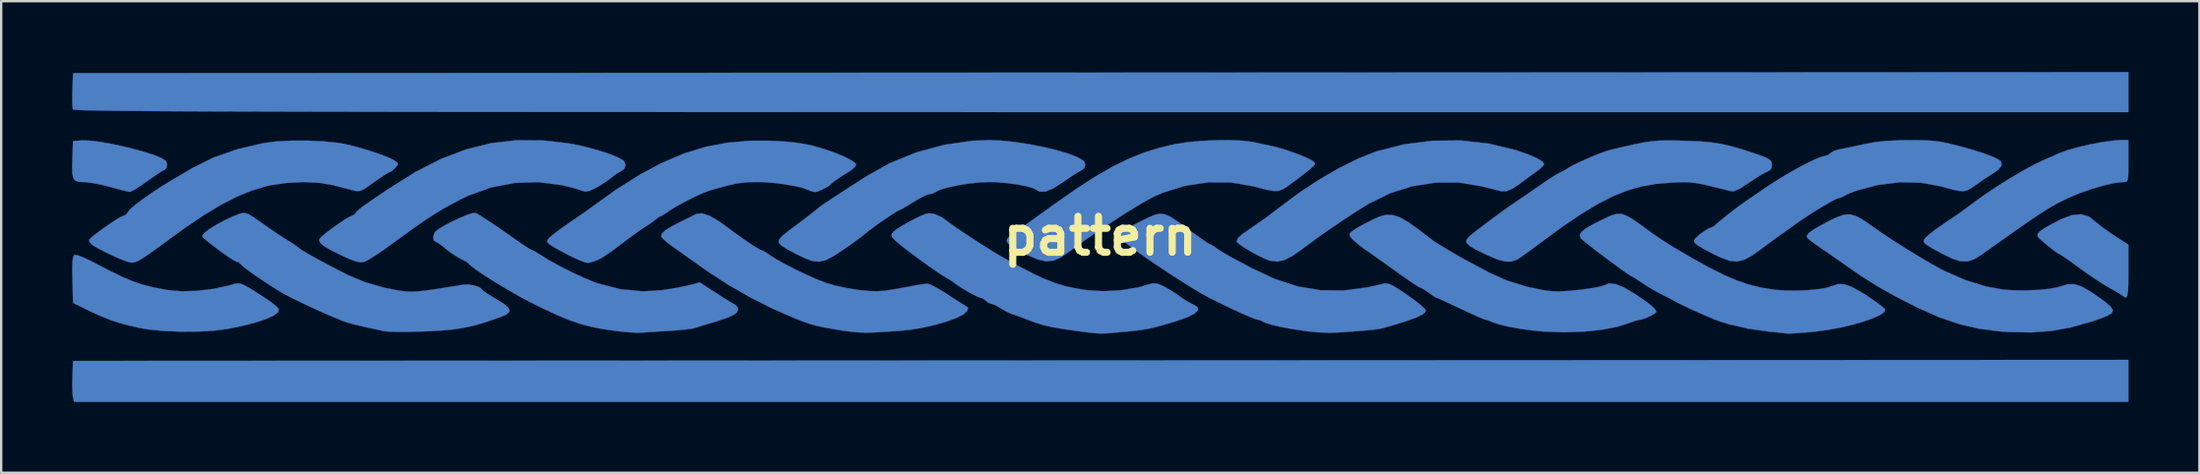
<source format=kicad_pcb>
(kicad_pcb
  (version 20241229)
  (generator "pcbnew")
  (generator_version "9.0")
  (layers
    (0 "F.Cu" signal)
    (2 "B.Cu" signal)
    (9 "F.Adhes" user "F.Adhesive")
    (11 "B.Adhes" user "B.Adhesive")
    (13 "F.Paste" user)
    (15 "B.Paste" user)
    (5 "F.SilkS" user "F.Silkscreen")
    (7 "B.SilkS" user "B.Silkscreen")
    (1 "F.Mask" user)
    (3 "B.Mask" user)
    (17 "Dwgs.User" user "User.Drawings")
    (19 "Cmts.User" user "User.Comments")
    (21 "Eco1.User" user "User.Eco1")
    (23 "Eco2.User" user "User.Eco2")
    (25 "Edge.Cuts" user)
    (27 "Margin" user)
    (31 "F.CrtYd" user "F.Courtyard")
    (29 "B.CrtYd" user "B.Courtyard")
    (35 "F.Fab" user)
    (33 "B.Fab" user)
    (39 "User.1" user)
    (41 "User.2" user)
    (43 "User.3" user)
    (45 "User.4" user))
  (footprint "pattern"
    (layer "F.Cu")
    (at 43.517 6.948)
    (property "Reference" "pattern" (at 0 0 0) (layer "F.SilkS") (effects (font (size 1.524 1.524) (thickness 0.3))))
    (attr through_hole)
    (fp_poly (pts (xy 43.519 7.027) (xy -43.431 7.027) (xy -43.479 6.837) (xy -43.498 6.663) (xy -43.507 6.376) (xy -43.504 6.033) (xy -43.501 5.969) (xy -43.476 5.292) (xy 0.021 5.27) (xy 43.519 5.249) (xy 43.519 7.027)) (stroke (width 0.01) (type solid)) (fill yes) (layer "B.Cu"))
    (fp_poly (pts (xy 41.844 -0.822) (xy 41.924 -0.765) (xy 42.405 -0.379) (xy 42.875 -0.046) (xy 43.074 0.083) (xy 43.519 0.367) (xy 43.519 1.496) (xy 43.515 1.978) (xy 43.502 2.31) (xy 43.475 2.511) (xy 43.431 2.601) (xy 43.365 2.598) (xy 43.303 2.55) (xy 43.191 2.474) (xy 42.977 2.346) (xy 42.718 2.199) (xy 42.434 2.03) (xy 42.07 1.793) (xy 41.68 1.524) (xy 41.428 1.342) (xy 41.113 1.113) (xy 40.849 0.927) (xy 40.664 0.803) (xy 40.589 0.762) (xy 40.494 0.71) (xy 40.302 0.568) (xy 40.044 0.359) (xy 39.767 0.123) (xy 39.68 0.024) (xy 39.671 -0.073) (xy 39.755 -0.183) (xy 39.946 -0.32) (xy 40.262 -0.499) (xy 40.682 -0.716) (xy 41.129 -0.885) (xy 41.523 -0.92) (xy 41.844 -0.822)) (stroke (width 0.01) (type solid)) (fill yes) (layer "B.Cu"))
    (fp_poly (pts (xy -42.793 -4.043) (xy -42.387 -3.996) (xy -41.916 -3.915) (xy -41.413 -3.81) (xy -40.909 -3.687) (xy -40.438 -3.556) (xy -40.032 -3.423) (xy -39.725 -3.297) (xy -39.55 -3.186) (xy -39.54 -3.176) (xy -39.495 -3.035) (xy -39.524 -2.88) (xy -39.608 -2.796) (xy -39.622 -2.794) (xy -39.715 -2.747) (xy -39.91 -2.621) (xy -40.172 -2.439) (xy -40.325 -2.328) (xy -40.616 -2.125) (xy -40.864 -1.968) (xy -41.033 -1.88) (xy -41.077 -1.869) (xy -41.206 -1.894) (xy -41.453 -1.955) (xy -41.773 -2.041) (xy -41.91 -2.079) (xy -42.295 -2.175) (xy -42.672 -2.247) (xy -42.974 -2.283) (xy -43.03 -2.285) (xy -43.242 -2.295) (xy -43.383 -2.343) (xy -43.467 -2.457) (xy -43.506 -2.663) (xy -43.512 -2.989) (xy -43.501 -3.345) (xy -43.476 -4.022) (xy -43.1 -4.049) (xy -42.793 -4.043)) (stroke (width 0.01) (type solid)) (fill yes) (layer "B.Cu"))
    (fp_poly (pts (xy 43.519 -5.249) (xy 0.04 -5.249) (xy -3.27 -5.249) (xy -6.415 -5.25) (xy -9.398 -5.25) (xy -12.223 -5.25) (xy -14.896 -5.251) (xy -17.418 -5.252) (xy -19.795 -5.253) (xy -22.031 -5.254) (xy -24.128 -5.255) (xy -26.092 -5.257) (xy -27.927 -5.258) (xy -29.635 -5.26) (xy -31.222 -5.263) (xy -32.69 -5.265) (xy -34.045 -5.268) (xy -35.29 -5.271) (xy -36.429 -5.274) (xy -37.466 -5.277) (xy -38.405 -5.281) (xy -39.249 -5.285) (xy -40.004 -5.29) (xy -40.672 -5.295) (xy -41.258 -5.3) (xy -41.765 -5.305) (xy -42.199 -5.311) (xy -42.562 -5.317) (xy -42.858 -5.324) (xy -43.092 -5.331) (xy -43.268 -5.338) (xy -43.389 -5.346) (xy -43.459 -5.354) (xy -43.483 -5.362) (xy -43.5 -5.495) (xy -43.507 -5.749) (xy -43.504 -6.077) (xy -43.501 -6.188) (xy -43.476 -6.9) (xy 0.021 -6.922) (xy 43.519 -6.943) (xy 43.519 -5.249)) (stroke (width 0.01) (type solid)) (fill yes) (layer "B.Cu"))
    (fp_poly (pts (xy -43.286 0.817) (xy -43.055 0.903) (xy -42.753 1.043) (xy -42.536 1.153) (xy -41.923 1.473) (xy -41.417 1.719) (xy -40.981 1.906) (xy -40.576 2.047) (xy -40.164 2.157) (xy -39.708 2.249) (xy -39.44 2.295) (xy -38.866 2.343) (xy -38.205 2.322) (xy -37.523 2.239) (xy -36.887 2.099) (xy -36.809 2.077) (xy -36.645 2.028) (xy -36.514 2.005) (xy -36.386 2.018) (xy -36.23 2.079) (xy -36.017 2.199) (xy -35.716 2.388) (xy -35.376 2.608) (xy -35.103 2.796) (xy -34.89 2.963) (xy -34.774 3.08) (xy -34.766 3.095) (xy -34.799 3.229) (xy -34.987 3.373) (xy -35.317 3.522) (xy -35.774 3.672) (xy -36.345 3.817) (xy -36.957 3.941) (xy -37.514 4.012) (xy -38.177 4.049) (xy -38.89 4.054) (xy -39.594 4.026) (xy -40.233 3.967) (xy -40.64 3.901) (xy -41.282 3.752) (xy -41.837 3.582) (xy -42.384 3.362) (xy -42.841 3.147) (xy -43.476 2.834) (xy -43.5 1.839) (xy -43.507 1.394) (xy -43.5 1.093) (xy -43.476 0.909) (xy -43.435 0.818) (xy -43.406 0.798) (xy -43.286 0.817)) (stroke (width 0.01) (type solid)) (fill yes) (layer "B.Cu"))
    (fp_poly (pts (xy 16.445 -3.915) (xy 17.581 -3.643) (xy 18.119 -3.455) (xy 18.487 -3.294) (xy 18.718 -3.154) (xy 18.796 -3.046) (xy 18.732 -2.954) (xy 18.569 -2.81) (xy 18.436 -2.71) (xy 18.17 -2.518) (xy 17.916 -2.329) (xy 17.832 -2.265) (xy 17.468 -2.013) (xy 17.183 -1.894) (xy 16.987 -1.892) (xy 16.822 -1.934) (xy 16.545 -2.003) (xy 16.211 -2.088) (xy 16.129 -2.109) (xy 15.181 -2.264) (xy 14.204 -2.263) (xy 13.227 -2.112) (xy 12.276 -1.814) (xy 11.384 -1.376) (xy 10.893 -1.073) (xy 10.325 -0.703) (xy 9.733 -0.301) (xy 9.17 0.095) (xy 8.689 0.45) (xy 8.603 0.516) (xy 8.166 0.826) (xy 7.806 1.013) (xy 7.495 1.085) (xy 7.206 1.054) (xy 7.187 1.049) (xy 6.961 0.961) (xy 6.677 0.824) (xy 6.376 0.661) (xy 6.099 0.494) (xy 5.887 0.348) (xy 5.779 0.246) (xy 5.773 0.232) (xy 5.826 0.093) (xy 6.007 -0.076) (xy 6.069 -0.119) (xy 7.055 -0.804) (xy 7.595 -1.216) (xy 8.414 -1.827) (xy 9.265 -2.389) (xy 10.113 -2.88) (xy 10.925 -3.283) (xy 11.665 -3.575) (xy 11.704 -3.588) (xy 12.859 -3.884) (xy 14.054 -4.036) (xy 15.259 -4.047) (xy 16.445 -3.915)) (stroke (width 0.01) (type solid)) (fill yes) (layer "B.Cu"))
    (fp_poly (pts (xy 43.519 -3.175) (xy 43.517 -2.779) (xy 43.509 -2.523) (xy 43.486 -2.376) (xy 43.443 -2.307) (xy 43.371 -2.287) (xy 43.314 -2.286) (xy 42.962 -2.25) (xy 42.506 -2.151) (xy 41.992 -2.003) (xy 41.467 -1.818) (xy 40.976 -1.611) (xy 40.956 -1.602) (xy 40.72 -1.488) (xy 40.498 -1.375) (xy 40.273 -1.249) (xy 40.027 -1.101) (xy 39.744 -0.919) (xy 39.405 -0.691) (xy 38.994 -0.407) (xy 38.494 -0.055) (xy 37.888 0.375) (xy 37.317 0.783) (xy 36.995 0.983) (xy 36.707 1.08) (xy 36.411 1.072) (xy 36.064 0.961) (xy 35.655 0.76) (xy 35.277 0.556) (xy 35.031 0.41) (xy 34.895 0.305) (xy 34.852 0.22) (xy 34.882 0.138) (xy 34.944 0.063) (xy 35.1 -0.079) (xy 35.37 -0.285) (xy 35.765 -0.562) (xy 36.189 -0.847) (xy 36.342 -0.954) (xy 36.586 -1.132) (xy 36.88 -1.349) (xy 37.007 -1.444) (xy 37.478 -1.78) (xy 38.013 -2.135) (xy 38.569 -2.482) (xy 39.104 -2.795) (xy 39.576 -3.049) (xy 39.836 -3.173) (xy 40.147 -3.311) (xy 40.434 -3.438) (xy 40.598 -3.512) (xy 40.942 -3.638) (xy 41.4 -3.766) (xy 41.914 -3.885) (xy 42.43 -3.981) (xy 42.892 -4.045) (xy 43.201 -4.064) (xy 43.519 -4.064) (xy 43.519 -3.175)) (stroke (width 0.01) (type solid)) (fill yes) (layer "B.Cu"))
    (fp_poly (pts (xy 32.038 -0.826) (xy 32.366 -0.633) (xy 32.665 -0.42) (xy 33.06 -0.143) (xy 33.546 0.179) (xy 34.081 0.519) (xy 34.623 0.852) (xy 35.129 1.151) (xy 35.559 1.391) (xy 35.717 1.473) (xy 36.613 1.866) (xy 37.481 2.137) (xy 38.227 2.271) (xy 38.707 2.303) (xy 39.225 2.306) (xy 39.735 2.282) (xy 40.191 2.235) (xy 40.546 2.167) (xy 40.667 2.128) (xy 40.956 2.042) (xy 41.228 2.04) (xy 41.52 2.132) (xy 41.873 2.328) (xy 42.124 2.496) (xy 42.513 2.773) (xy 42.761 2.98) (xy 42.864 3.137) (xy 42.818 3.266) (xy 42.62 3.387) (xy 42.267 3.522) (xy 41.926 3.636) (xy 41.078 3.875) (xy 40.255 4.023) (xy 39.403 4.086) (xy 38.47 4.069) (xy 38.1 4.044) (xy 37.216 3.933) (xy 36.364 3.736) (xy 35.498 3.438) (xy 34.573 3.027) (xy 34.463 2.972) (xy 33.626 2.542) (xy 32.896 2.129) (xy 32.217 1.702) (xy 31.623 1.29) (xy 31.284 1.051) (xy 30.891 0.778) (xy 30.544 0.54) (xy 30.271 0.35) (xy 30.055 0.189) (xy 29.932 0.084) (xy 29.92 0.069) (xy 29.909 -0.018) (xy 29.99 -0.124) (xy 30.179 -0.263) (xy 30.496 -0.449) (xy 30.748 -0.586) (xy 31.158 -0.79) (xy 31.479 -0.901) (xy 31.757 -0.914) (xy 32.038 -0.826)) (stroke (width 0.01) (type solid)) (fill yes) (layer "B.Cu"))
    (fp_poly (pts (xy 6.027 -4.038) (xy 6.461 -3.984) (xy 6.519 -3.972) (xy 6.855 -3.898) (xy 7.217 -3.82) (xy 7.303 -3.802) (xy 7.617 -3.721) (xy 7.99 -3.602) (xy 8.37 -3.466) (xy 8.704 -3.33) (xy 8.942 -3.213) (xy 8.986 -3.185) (xy 9.092 -3.093) (xy 9.068 -3.007) (xy 8.995 -2.932) (xy 8.863 -2.818) (xy 8.634 -2.635) (xy 8.349 -2.417) (xy 8.217 -2.318) (xy 7.948 -2.118) (xy 7.745 -1.986) (xy 7.566 -1.916) (xy 7.37 -1.903) (xy 7.118 -1.942) (xy 6.768 -2.028) (xy 6.477 -2.105) (xy 5.543 -2.266) (xy 4.577 -2.273) (xy 3.608 -2.13) (xy 2.667 -1.84) (xy 2.265 -1.664) (xy 1.946 -1.494) (xy 1.523 -1.245) (xy 1.028 -0.938) (xy 0.493 -0.594) (xy -0.05 -0.233) (xy -0.568 0.123) (xy -1.03 0.454) (xy -1.267 0.633) (xy -1.643 0.895) (xy -1.966 1.041) (xy -2.282 1.074) (xy -2.634 0.998) (xy -3.066 0.816) (xy -3.169 0.766) (xy -3.481 0.599) (xy -3.737 0.442) (xy -3.896 0.319) (xy -3.922 0.286) (xy -3.957 0.207) (xy -3.944 0.133) (xy -3.862 0.039) (xy -3.687 -0.098) (xy -3.396 -0.305) (xy -3.37 -0.323) (xy -3.206 -0.44) (xy -2.936 -0.633) (xy -2.589 -0.882) (xy -2.197 -1.165) (xy -1.947 -1.344) (xy -1.047 -1.975) (xy -0.242 -2.497) (xy 0.493 -2.923) (xy 1.183 -3.264) (xy 1.85 -3.533) (xy 2.521 -3.742) (xy 3.136 -3.887) (xy 3.653 -3.97) (xy 4.249 -4.027) (xy 4.874 -4.058) (xy 5.483 -4.062) (xy 6.027 -4.038)) (stroke (width 0.01) (type solid)) (fill yes) (layer "B.Cu"))
    (fp_poly (pts (xy -23.591 -4.05) (xy -22.523 -3.929) (xy -22.063 -3.842) (xy -21.583 -3.725) (xy -21.119 -3.591) (xy -20.706 -3.451) (xy -20.381 -3.316) (xy -20.181 -3.198) (xy -20.165 -3.183) (xy -20.087 -3.009) (xy -20.15 -2.836) (xy -20.297 -2.735) (xy -20.458 -2.646) (xy -20.663 -2.495) (xy -20.702 -2.462) (xy -20.936 -2.289) (xy -21.228 -2.104) (xy -21.352 -2.035) (xy -21.61 -1.914) (xy -21.786 -1.878) (xy -21.936 -1.916) (xy -21.944 -1.92) (xy -22.122 -1.983) (xy -22.407 -2.062) (xy -22.741 -2.143) (xy -22.775 -2.15) (xy -23.773 -2.282) (xy -24.782 -2.249) (xy -25.782 -2.057) (xy -26.754 -1.706) (xy -27.093 -1.541) (xy -27.486 -1.333) (xy -27.84 -1.134) (xy -28.183 -0.926) (xy -28.546 -0.689) (xy -28.957 -0.404) (xy -29.448 -0.052) (xy -29.965 0.325) (xy -30.333 0.589) (xy -30.672 0.818) (xy -30.948 0.992) (xy -31.131 1.091) (xy -31.161 1.102) (xy -31.309 1.117) (xy -31.503 1.079) (xy -31.776 0.976) (xy -32.142 0.81) (xy -32.571 0.596) (xy -32.856 0.427) (xy -33.013 0.292) (xy -33.059 0.178) (xy -33.036 0.11) (xy -32.934 0.006) (xy -32.736 -0.156) (xy -32.481 -0.347) (xy -32.208 -0.54) (xy -31.959 -0.705) (xy -31.771 -0.816) (xy -31.693 -0.847) (xy -31.564 -0.912) (xy -31.521 -0.967) (xy -31.485 -1.02) (xy -31.424 -1.083) (xy -31.317 -1.171) (xy -31.145 -1.297) (xy -30.889 -1.476) (xy -30.529 -1.722) (xy -30.111 -2.006) (xy -28.983 -2.712) (xy -27.898 -3.266) (xy -26.835 -3.671) (xy -25.776 -3.934) (xy -24.701 -4.058) (xy -23.591 -4.05)) (stroke (width 0.01) (type solid)) (fill yes) (layer "B.Cu"))
    (fp_poly (pts (xy -32.881 -4.01) (xy -32.266 -3.947) (xy -32.004 -3.903) (xy -31.646 -3.821) (xy -31.23 -3.706) (xy -30.802 -3.572) (xy -30.404 -3.434) (xy -30.083 -3.307) (xy -29.881 -3.205) (xy -29.88 -3.205) (xy -29.742 -3.1) (xy -29.735 -3.014) (xy -29.837 -2.889) (xy -29.978 -2.758) (xy -30.071 -2.709) (xy -30.168 -2.663) (xy -30.365 -2.538) (xy -30.626 -2.358) (xy -30.732 -2.282) (xy -31.022 -2.075) (xy -31.219 -1.954) (xy -31.366 -1.904) (xy -31.506 -1.907) (xy -31.641 -1.938) (xy -31.904 -2.006) (xy -32.242 -2.094) (xy -32.475 -2.154) (xy -33.052 -2.252) (xy -33.722 -2.283) (xy -34.424 -2.25) (xy -35.096 -2.153) (xy -35.277 -2.114) (xy -35.888 -1.933) (xy -36.517 -1.678) (xy -37.185 -1.337) (xy -37.913 -0.9) (xy -38.72 -0.356) (xy -39.272 0.042) (xy -39.772 0.41) (xy -40.156 0.689) (xy -40.444 0.888) (xy -40.657 1.021) (xy -40.814 1.097) (xy -40.936 1.127) (xy -41.043 1.122) (xy -41.155 1.094) (xy -41.19 1.084) (xy -41.432 0.995) (xy -41.748 0.857) (xy -42.085 0.697) (xy -42.393 0.537) (xy -42.621 0.404) (xy -42.691 0.354) (xy -42.788 0.23) (xy -42.792 0.157) (xy -42.689 0.053) (xy -42.488 -0.109) (xy -42.227 -0.302) (xy -41.945 -0.5) (xy -41.68 -0.675) (xy -41.472 -0.799) (xy -41.359 -0.847) (xy -41.226 -0.916) (xy -41.138 -1.037) (xy -41.031 -1.16) (xy -40.805 -1.349) (xy -40.491 -1.585) (xy -40.115 -1.846) (xy -39.706 -2.115) (xy -39.292 -2.369) (xy -39.165 -2.442) (xy -38.872 -2.613) (xy -38.548 -2.805) (xy -38.439 -2.87) (xy -37.563 -3.311) (xy -36.549 -3.669) (xy -35.421 -3.936) (xy -34.889 -4.005) (xy -34.25 -4.04) (xy -33.561 -4.042) (xy -32.881 -4.01)) (stroke (width 0.01) (type solid)) (fill yes) (layer "B.Cu"))
    (fp_poly (pts (xy 24.324 -4.045) (xy 24.68 -4.036) (xy 25.308 -4.013) (xy 25.825 -3.971) (xy 26.288 -3.901) (xy 26.755 -3.793) (xy 27.284 -3.635) (xy 27.686 -3.503) (xy 28.033 -3.38) (xy 28.25 -3.286) (xy 28.368 -3.2) (xy 28.42 -3.102) (xy 28.432 -3.037) (xy 28.415 -2.858) (xy 28.282 -2.747) (xy 28.22 -2.721) (xy 28.036 -2.627) (xy 27.77 -2.465) (xy 27.474 -2.267) (xy 27.434 -2.239) (xy 27.073 -2.006) (xy 26.82 -1.898) (xy 26.715 -1.894) (xy 26.164 -2.033) (xy 25.742 -2.136) (xy 25.417 -2.206) (xy 25.153 -2.25) (xy 24.917 -2.272) (xy 24.673 -2.277) (xy 24.389 -2.269) (xy 24.13 -2.257) (xy 23.503 -2.204) (xy 22.903 -2.098) (xy 22.311 -1.928) (xy 21.706 -1.685) (xy 21.067 -1.359) (xy 20.375 -0.942) (xy 19.608 -0.424) (xy 18.747 0.205) (xy 18.616 0.304) (xy 18.284 0.551) (xy 17.986 0.767) (xy 17.756 0.927) (xy 17.637 1.002) (xy 17.404 1.083) (xy 17.135 1.08) (xy 16.798 0.989) (xy 16.361 0.803) (xy 16.297 0.772) (xy 15.892 0.572) (xy 15.631 0.418) (xy 15.504 0.291) (xy 15.498 0.17) (xy 15.604 0.033) (xy 15.81 -0.139) (xy 15.813 -0.142) (xy 16.195 -0.434) (xy 16.62 -0.752) (xy 17.044 -1.063) (xy 17.423 -1.333) (xy 17.702 -1.524) (xy 17.92 -1.671) (xy 18.223 -1.878) (xy 18.556 -2.108) (xy 18.665 -2.184) (xy 18.966 -2.388) (xy 19.227 -2.556) (xy 19.409 -2.663) (xy 19.454 -2.684) (xy 19.631 -2.771) (xy 19.812 -2.882) (xy 20.033 -3.009) (xy 20.36 -3.167) (xy 20.739 -3.335) (xy 21.117 -3.488) (xy 21.44 -3.604) (xy 21.59 -3.648) (xy 22.181 -3.788) (xy 22.645 -3.892) (xy 23.017 -3.966) (xy 23.334 -4.013) (xy 23.634 -4.039) (xy 23.951 -4.048) (xy 24.324 -4.045)) (stroke (width 0.01) (type solid)) (fill yes) (layer "B.Cu"))
    (fp_poly (pts (xy -14.012 -4.037) (xy -13.33 -4.001) (xy -12.77 -3.942) (xy -12.286 -3.852) (xy -12.116 -3.81) (xy -11.647 -3.672) (xy -11.209 -3.518) (xy -10.831 -3.36) (xy -10.541 -3.212) (xy -10.367 -3.084) (xy -10.329 -3.015) (xy -10.398 -2.911) (xy -10.576 -2.764) (xy -10.785 -2.63) (xy -11.045 -2.471) (xy -11.252 -2.326) (xy -11.344 -2.245) (xy -11.508 -2.109) (xy -11.744 -1.975) (xy -11.973 -1.882) (xy -12.079 -1.863) (xy -12.249 -1.901) (xy -12.341 -1.942) (xy -12.589 -2.035) (xy -12.959 -2.123) (xy -13.407 -2.198) (xy -13.884 -2.255) (xy -14.346 -2.284) (xy -14.502 -2.286) (xy -14.844 -2.28) (xy -15.142 -2.258) (xy -15.443 -2.212) (xy -15.79 -2.133) (xy -16.23 -2.013) (xy -16.51 -1.932) (xy -16.798 -1.826) (xy -17.172 -1.658) (xy -17.573 -1.456) (xy -17.944 -1.251) (xy -18.229 -1.072) (xy -18.261 -1.048) (xy -18.447 -0.92) (xy -18.576 -0.851) (xy -18.593 -0.847) (xy -18.697 -0.796) (xy -18.816 -0.701) (xy -18.998 -0.56) (xy -19.232 -0.404) (xy -19.265 -0.384) (xy -19.449 -0.262) (xy -19.726 -0.066) (xy -20.056 0.177) (xy -20.338 0.39) (xy -20.72 0.676) (xy -21.011 0.874) (xy -21.25 1.005) (xy -21.474 1.09) (xy -21.675 1.142) (xy -21.803 1.118) (xy -22.038 1.029) (xy -22.34 0.892) (xy -22.488 0.818) (xy -22.811 0.647) (xy -23.088 0.492) (xy -23.275 0.378) (xy -23.316 0.348) (xy -23.41 0.246) (xy -23.381 0.15) (xy -23.318 0.076) (xy -23.189 -0.037) (xy -22.959 -0.214) (xy -22.664 -0.426) (xy -22.491 -0.547) (xy -22.168 -0.768) (xy -21.876 -0.971) (xy -21.659 -1.125) (xy -21.59 -1.175) (xy -20.508 -1.952) (xy -19.497 -2.593) (xy -18.536 -3.106) (xy -17.606 -3.5) (xy -16.686 -3.781) (xy -15.755 -3.957) (xy -14.794 -4.037) (xy -14.012 -4.037)) (stroke (width 0.01) (type solid)) (fill yes) (layer "B.Cu"))
    (fp_poly (pts (xy 2.747 -0.916) (xy 2.978 -0.81) (xy 3.269 -0.619) (xy 3.655 -0.337) (xy 3.763 -0.258) (xy 4.082 -0.025) (xy 4.35 0.165) (xy 4.54 0.293) (xy 4.621 0.339) (xy 4.717 0.383) (xy 4.89 0.494) (xy 4.935 0.526) (xy 5.193 0.696) (xy 5.451 0.847) (xy 5.456 0.85) (xy 5.65 0.953) (xy 5.94 1.108) (xy 6.274 1.287) (xy 6.392 1.351) (xy 7.392 1.821) (xy 8.36 2.136) (xy 9.32 2.297) (xy 10.299 2.309) (xy 11.321 2.174) (xy 11.883 2.046) (xy 12.031 2.013) (xy 12.161 2.014) (xy 12.306 2.062) (xy 12.502 2.171) (xy 12.783 2.354) (xy 12.983 2.491) (xy 13.299 2.716) (xy 13.557 2.918) (xy 13.728 3.072) (xy 13.783 3.147) (xy 13.75 3.241) (xy 13.61 3.345) (xy 13.348 3.466) (xy 12.954 3.607) (xy 12.414 3.775) (xy 11.98 3.9) (xy 11.832 3.933) (xy 11.618 3.964) (xy 11.314 3.996) (xy 10.9 4.03) (xy 10.354 4.07) (xy 9.906 4.099) (xy 9.599 4.101) (xy 9.2 4.079) (xy 8.782 4.038) (xy 8.678 4.025) (xy 8.12 3.94) (xy 7.638 3.851) (xy 7.256 3.764) (xy 6.999 3.683) (xy 6.905 3.632) (xy 6.751 3.561) (xy 6.703 3.556) (xy 6.565 3.519) (xy 6.301 3.414) (xy 5.934 3.253) (xy 5.488 3.046) (xy 4.987 2.804) (xy 4.618 2.62) (xy 4.306 2.449) (xy 3.891 2.201) (xy 3.409 1.9) (xy 2.893 1.568) (xy 2.381 1.227) (xy 1.905 0.901) (xy 1.501 0.612) (xy 1.355 0.502) (xy 1.129 0.329) (xy 0.927 0.174) (xy 0.906 0.158) (xy 0.809 0.059) (xy 0.797 -0.04) (xy 0.887 -0.153) (xy 1.093 -0.294) (xy 1.43 -0.479) (xy 1.727 -0.629) (xy 2.066 -0.795) (xy 2.326 -0.903) (xy 2.542 -0.945) (xy 2.747 -0.916)) (stroke (width 0.01) (type solid)) (fill yes) (layer "B.Cu"))
    (fp_poly (pts (xy -4.184 -4.041) (xy -3.607 -3.981) (xy -3.004 -3.889) (xy -2.408 -3.772) (xy -1.85 -3.638) (xy -1.361 -3.493) (xy -0.974 -3.344) (xy -0.72 -3.198) (xy -0.695 -3.178) (xy -0.629 -3.024) (xy -0.688 -2.858) (xy -0.835 -2.755) (xy -0.966 -2.687) (xy -1.192 -2.544) (xy -1.47 -2.354) (xy -1.566 -2.286) (xy -1.993 -2.014) (xy -2.326 -1.878) (xy -2.57 -1.879) (xy -2.671 -1.941) (xy -2.834 -2.026) (xy -3.127 -2.108) (xy -3.51 -2.182) (xy -3.945 -2.241) (xy -4.39 -2.277) (xy -4.706 -2.286) (xy -5.112 -2.268) (xy -5.558 -2.22) (xy -6.004 -2.15) (xy -6.411 -2.064) (xy -6.74 -1.971) (xy -6.95 -1.878) (xy -6.981 -1.854) (xy -7.129 -1.788) (xy -7.216 -1.778) (xy -7.36 -1.735) (xy -7.596 -1.62) (xy -7.876 -1.458) (xy -7.906 -1.439) (xy -8.171 -1.276) (xy -8.377 -1.156) (xy -8.486 -1.102) (xy -8.492 -1.101) (xy -8.586 -1.055) (xy -8.78 -0.934) (xy -9.036 -0.764) (xy -9.317 -0.571) (xy -9.584 -0.379) (xy -9.802 -0.216) (xy -9.906 -0.13) (xy -10.064 -0.003) (xy -10.322 0.189) (xy -10.64 0.417) (xy -10.873 0.58) (xy -11.287 0.852) (xy -11.614 1.02) (xy -11.898 1.088) (xy -12.182 1.06) (xy -12.508 0.94) (xy -12.86 0.766) (xy -13.24 0.564) (xy -13.489 0.412) (xy -13.606 0.283) (xy -13.591 0.149) (xy -13.443 -0.017) (xy -13.163 -0.24) (xy -12.857 -0.469) (xy -12.525 -0.719) (xy -12.244 -0.935) (xy -12.04 -1.095) (xy -11.942 -1.178) (xy -11.938 -1.183) (xy -11.853 -1.25) (xy -11.657 -1.387) (xy -11.381 -1.571) (xy -11.134 -1.731) (xy -10.762 -1.971) (xy -10.392 -2.21) (xy -10.078 -2.414) (xy -9.948 -2.499) (xy -8.912 -3.083) (xy -7.788 -3.541) (xy -6.611 -3.861) (xy -5.417 -4.035) (xy -4.705 -4.063) (xy -4.184 -4.041)) (stroke (width 0.01) (type solid)) (fill yes) (layer "B.Cu"))
    (fp_poly (pts (xy -16.544 -0.86) (xy -16.15 -0.633) (xy -15.917 -0.468) (xy -15.522 -0.175) (xy -15.146 0.094) (xy -14.815 0.321) (xy -14.555 0.489) (xy -14.392 0.581) (xy -14.355 0.593) (xy -14.245 0.639) (xy -14.066 0.754) (xy -14.02 0.786) (xy -13.743 0.965) (xy -13.354 1.184) (xy -12.898 1.418) (xy -12.42 1.647) (xy -11.968 1.846) (xy -11.585 1.995) (xy -11.566 2.001) (xy -11.192 2.107) (xy -10.734 2.206) (xy -10.275 2.28) (xy -10.16 2.294) (xy -9.764 2.331) (xy -9.439 2.34) (xy -9.12 2.318) (xy -8.743 2.262) (xy -8.424 2.203) (xy -8.032 2.13) (xy -7.687 2.07) (xy -7.434 2.031) (xy -7.323 2.018) (xy -7.183 2.061) (xy -6.944 2.18) (xy -6.645 2.357) (xy -6.451 2.482) (xy -6.142 2.686) (xy -5.88 2.853) (xy -5.701 2.961) (xy -5.647 2.989) (xy -5.589 3.059) (xy -5.639 3.185) (xy -5.796 3.325) (xy -6.089 3.473) (xy -6.487 3.62) (xy -6.959 3.758) (xy -7.472 3.877) (xy -7.996 3.968) (xy -8.497 4.021) (xy -8.525 4.023) (xy -8.936 4.048) (xy -9.348 4.073) (xy -9.685 4.093) (xy -9.737 4.096) (xy -10.057 4.094) (xy -10.459 4.066) (xy -10.859 4.015) (xy -10.88 4.012) (xy -11.365 3.931) (xy -11.728 3.866) (xy -12.011 3.804) (xy -12.26 3.734) (xy -12.519 3.645) (xy -12.831 3.526) (xy -12.912 3.494) (xy -13.838 3.093) (xy -14.81 2.602) (xy -15.76 2.057) (xy -16.62 1.497) (xy -16.679 1.455) (xy -17.078 1.171) (xy -17.471 0.892) (xy -17.815 0.648) (xy -18.069 0.468) (xy -18.095 0.449) (xy -18.331 0.271) (xy -18.506 0.118) (xy -18.576 0.034) (xy -18.562 -0.085) (xy -18.427 -0.226) (xy -18.156 -0.399) (xy -17.78 -0.593) (xy -17.486 -0.737) (xy -17.238 -0.86) (xy -17.089 -0.935) (xy -17.087 -0.936) (xy -16.861 -0.962) (xy -16.544 -0.86)) (stroke (width 0.01) (type solid)) (fill yes) (layer "B.Cu"))
    (fp_poly (pts (xy 22.08 -0.934) (xy 22.29 -0.857) (xy 22.547 -0.705) (xy 22.88 -0.472) (xy 23.32 -0.149) (xy 23.368 -0.114) (xy 23.647 0.079) (xy 23.991 0.304) (xy 24.282 0.484) (xy 25.091 0.959) (xy 25.788 1.344) (xy 26.397 1.648) (xy 26.944 1.882) (xy 27.452 2.056) (xy 27.947 2.18) (xy 28.451 2.264) (xy 28.575 2.28) (xy 29.009 2.311) (xy 29.488 2.315) (xy 29.969 2.294) (xy 30.41 2.251) (xy 30.767 2.19) (xy 30.992 2.115) (xy 31.226 2.034) (xy 31.486 2.044) (xy 31.799 2.152) (xy 32.193 2.366) (xy 32.435 2.519) (xy 32.748 2.731) (xy 33.006 2.918) (xy 33.175 3.057) (xy 33.225 3.114) (xy 33.186 3.223) (xy 33.005 3.349) (xy 32.706 3.485) (xy 32.314 3.624) (xy 31.854 3.757) (xy 31.35 3.877) (xy 30.828 3.975) (xy 30.312 4.045) (xy 30.183 4.058) (xy 29.786 4.092) (xy 29.455 4.118) (xy 29.223 4.133) (xy 29.126 4.136) (xy 29.125 4.136) (xy 29.028 4.124) (xy 28.802 4.1) (xy 28.488 4.069) (xy 28.321 4.053) (xy 27.439 3.93) (xy 26.608 3.739) (xy 26.181 3.604) (xy 25.951 3.515) (xy 25.636 3.382) (xy 25.281 3.226) (xy 24.932 3.067) (xy 24.632 2.926) (xy 24.427 2.823) (xy 24.384 2.797) (xy 24.238 2.716) (xy 24.003 2.596) (xy 23.834 2.513) (xy 23.519 2.346) (xy 23.166 2.137) (xy 22.957 2.001) (xy 22.72 1.843) (xy 22.543 1.732) (xy 22.469 1.693) (xy 22.384 1.645) (xy 22.194 1.514) (xy 21.927 1.323) (xy 21.614 1.093) (xy 21.283 0.845) (xy 20.962 0.602) (xy 20.68 0.384) (xy 20.467 0.214) (xy 20.351 0.112) (xy 20.342 0.102) (xy 20.294 -0.028) (xy 20.365 -0.168) (xy 20.566 -0.33) (xy 20.911 -0.525) (xy 21.115 -0.627) (xy 21.435 -0.782) (xy 21.683 -0.89) (xy 21.888 -0.943) (xy 22.08 -0.934)) (stroke (width 0.01) (type solid)) (fill yes) (layer "B.Cu"))
    (fp_poly (pts (xy -26.286 -0.895) (xy -26.001 -0.713) (xy -25.591 -0.438) (xy -25.062 -0.071) (xy -24.654 0.215) (xy -24.392 0.395) (xy -24.185 0.528) (xy -24.069 0.591) (xy -24.06 0.593) (xy -23.958 0.636) (xy -23.777 0.746) (xy -23.705 0.793) (xy -23.333 1.023) (xy -22.861 1.283) (xy -22.346 1.544) (xy -21.843 1.778) (xy -21.408 1.957) (xy -21.294 1.999) (xy -20.31 2.254) (xy -19.344 2.346) (xy -18.536 2.294) (xy -18.135 2.231) (xy -17.74 2.159) (xy -17.424 2.091) (xy -17.369 2.078) (xy -16.947 1.966) (xy -16.264 2.413) (xy -15.954 2.612) (xy -15.689 2.776) (xy -15.505 2.883) (xy -15.453 2.909) (xy -15.344 3.025) (xy -15.325 3.117) (xy -15.373 3.233) (xy -15.529 3.348) (xy -15.81 3.473) (xy -16.233 3.615) (xy -16.468 3.685) (xy -16.769 3.774) (xy -17.028 3.855) (xy -17.156 3.899) (xy -17.313 3.932) (xy -17.595 3.967) (xy -17.958 3.999) (xy -18.257 4.019) (xy -18.663 4.044) (xy -19.03 4.068) (xy -19.31 4.088) (xy -19.431 4.099) (xy -19.627 4.1) (xy -19.937 4.081) (xy -20.308 4.045) (xy -20.489 4.023) (xy -21.042 3.944) (xy -21.527 3.851) (xy -21.982 3.733) (xy -22.442 3.576) (xy -22.944 3.369) (xy -23.527 3.099) (xy -24.081 2.827) (xy -24.453 2.632) (xy -24.869 2.399) (xy -25.301 2.144) (xy -25.721 1.887) (xy -26.101 1.644) (xy -26.412 1.432) (xy -26.627 1.27) (xy -26.713 1.185) (xy -26.822 1.095) (xy -27.016 0.993) (xy -27.036 0.985) (xy -27.257 0.863) (xy -27.525 0.679) (xy -27.673 0.563) (xy -27.885 0.394) (xy -28.047 0.282) (xy -28.108 0.254) (xy -28.206 0.188) (xy -28.23 0.036) (xy -28.175 -0.134) (xy -28.139 -0.183) (xy -27.984 -0.306) (xy -27.73 -0.458) (xy -27.42 -0.62) (xy -27.094 -0.772) (xy -26.794 -0.895) (xy -26.561 -0.969) (xy -26.441 -0.979) (xy -26.286 -0.895)) (stroke (width 0.01) (type solid)) (fill yes) (layer "B.Cu"))
    (fp_poly (pts (xy 34.741 -4.058) (xy 35.143 -4.041) (xy 35.489 -4.004) (xy 35.837 -3.939) (xy 36.245 -3.841) (xy 36.349 -3.814) (xy 36.94 -3.649) (xy 37.433 -3.491) (xy 37.811 -3.345) (xy 38.053 -3.22) (xy 38.133 -3.147) (xy 38.151 -2.986) (xy 38.009 -2.806) (xy 37.781 -2.645) (xy 37.529 -2.484) (xy 37.226 -2.279) (xy 37.044 -2.151) (xy 36.852 -2.017) (xy 36.697 -1.933) (xy 36.54 -1.898) (xy 36.343 -1.911) (xy 36.069 -1.97) (xy 35.678 -2.075) (xy 35.56 -2.108) (xy 34.729 -2.258) (xy 33.836 -2.276) (xy 32.919 -2.163) (xy 32.018 -1.923) (xy 31.919 -1.888) (xy 31.677 -1.792) (xy 31.5 -1.707) (xy 31.458 -1.679) (xy 31.303 -1.612) (xy 31.262 -1.609) (xy 31.142 -1.565) (xy 30.915 -1.446) (xy 30.613 -1.272) (xy 30.271 -1.063) (xy 29.921 -0.839) (xy 29.596 -0.621) (xy 29.422 -0.497) (xy 29.171 -0.316) (xy 28.941 -0.153) (xy 28.871 -0.105) (xy 28.712 0.008) (xy 28.459 0.193) (xy 28.157 0.418) (xy 27.998 0.538) (xy 27.583 0.833) (xy 27.245 1.013) (xy 26.941 1.083) (xy 26.626 1.048) (xy 26.259 0.912) (xy 25.95 0.762) (xy 25.554 0.556) (xy 25.295 0.404) (xy 25.16 0.287) (xy 25.136 0.185) (xy 25.209 0.077) (xy 25.366 -0.057) (xy 25.385 -0.073) (xy 25.595 -0.226) (xy 25.757 -0.322) (xy 25.808 -0.339) (xy 25.94 -0.391) (xy 26.01 -0.445) (xy 26.258 -0.66) (xy 26.586 -0.925) (xy 26.938 -1.196) (xy 27.254 -1.427) (xy 27.347 -1.491) (xy 27.645 -1.692) (xy 27.981 -1.922) (xy 28.152 -2.04) (xy 28.56 -2.31) (xy 29.002 -2.581) (xy 29.448 -2.837) (xy 29.868 -3.061) (xy 30.233 -3.238) (xy 30.512 -3.352) (xy 30.666 -3.387) (xy 30.831 -3.447) (xy 30.896 -3.505) (xy 31.045 -3.601) (xy 31.266 -3.668) (xy 31.266 -3.668) (xy 31.472 -3.707) (xy 31.787 -3.772) (xy 32.155 -3.852) (xy 32.3 -3.885) (xy 32.775 -3.974) (xy 33.28 -4.03) (xy 33.871 -4.057) (xy 34.228 -4.061) (xy 34.741 -4.058)) (stroke (width 0.01) (type solid)) (fill yes) (layer "B.Cu"))
    (fp_poly (pts (xy -36.048 -0.924) (xy -35.855 -0.809) (xy -35.572 -0.613) (xy -35.455 -0.529) (xy -35.114 -0.291) (xy -34.784 -0.067) (xy -34.515 0.108) (xy -34.417 0.168) (xy -34.169 0.324) (xy -33.958 0.474) (xy -33.909 0.514) (xy -33.752 0.623) (xy -33.466 0.793) (xy -33.073 1.011) (xy -32.597 1.265) (xy -32.061 1.542) (xy -31.835 1.657) (xy -31.121 1.955) (xy -30.306 2.19) (xy -29.775 2.296) (xy -29.55 2.331) (xy -29.347 2.353) (xy -29.14 2.359) (xy -28.902 2.349) (xy -28.609 2.319) (xy -28.233 2.267) (xy -27.75 2.192) (xy -27.132 2.091) (xy -26.943 2.059) (xy -26.728 2.057) (xy -26.488 2.099) (xy -26.282 2.169) (xy -26.169 2.251) (xy -26.162 2.275) (xy -26.093 2.339) (xy -25.912 2.462) (xy -25.653 2.62) (xy -25.571 2.667) (xy -25.226 2.884) (xy -25.036 3.055) (xy -24.997 3.193) (xy -25.105 3.312) (xy -25.337 3.416) (xy -25.807 3.581) (xy -26.168 3.7) (xy -26.469 3.786) (xy -26.758 3.853) (xy -27.085 3.915) (xy -27.21 3.936) (xy -27.505 3.974) (xy -27.899 4.006) (xy -28.357 4.032) (xy -28.841 4.051) (xy -29.316 4.061) (xy -29.743 4.063) (xy -30.087 4.054) (xy -30.311 4.034) (xy -30.353 4.025) (xy -30.476 3.995) (xy -30.71 3.944) (xy -30.946 3.895) (xy -31.313 3.812) (xy -31.693 3.716) (xy -31.877 3.664) (xy -32.111 3.58) (xy -32.458 3.437) (xy -32.878 3.254) (xy -33.333 3.048) (xy -33.784 2.837) (xy -34.193 2.638) (xy -34.502 2.478) (xy -34.761 2.328) (xy -35.077 2.13) (xy -35.417 1.908) (xy -35.746 1.684) (xy -36.033 1.481) (xy -36.243 1.32) (xy -36.345 1.225) (xy -36.347 1.222) (xy -36.466 1.114) (xy -36.523 1.101) (xy -36.645 1.049) (xy -36.876 0.903) (xy -37.193 0.679) (xy -37.576 0.391) (xy -37.846 0.179) (xy -37.986 0.058) (xy -38.002 -0.027) (xy -37.903 -0.141) (xy -37.888 -0.155) (xy -37.695 -0.303) (xy -37.398 -0.484) (xy -37.049 -0.671) (xy -36.703 -0.833) (xy -36.451 -0.931) (xy -36.31 -0.97) (xy -36.188 -0.973) (xy -36.048 -0.924)) (stroke (width 0.01) (type solid)) (fill yes) (layer "B.Cu"))
    (fp_poly (pts (xy 12.402 -0.884) (xy 12.69 -0.785) (xy 13.027 -0.595) (xy 13.438 -0.306) (xy 13.947 0.09) (xy 13.971 0.109) (xy 14.155 0.239) (xy 14.448 0.424) (xy 14.809 0.641) (xy 15.198 0.866) (xy 15.574 1.075) (xy 15.664 1.123) (xy 15.977 1.289) (xy 16.267 1.444) (xy 16.468 1.551) (xy 17.204 1.883) (xy 18.05 2.147) (xy 18.741 2.293) (xy 19.086 2.337) (xy 19.44 2.347) (xy 19.861 2.324) (xy 20.265 2.283) (xy 20.654 2.232) (xy 20.985 2.178) (xy 21.219 2.129) (xy 21.313 2.095) (xy 21.531 2.007) (xy 21.818 2.037) (xy 22.186 2.189) (xy 22.65 2.466) (xy 22.691 2.493) (xy 23.069 2.752) (xy 23.322 2.943) (xy 23.469 3.082) (xy 23.531 3.188) (xy 23.536 3.223) (xy 23.467 3.289) (xy 23.298 3.383) (xy 23.089 3.477) (xy 22.901 3.542) (xy 22.818 3.556) (xy 22.661 3.588) (xy 22.441 3.665) (xy 22.418 3.674) (xy 21.889 3.846) (xy 21.228 3.972) (xy 20.472 4.051) (xy 19.653 4.078) (xy 18.805 4.05) (xy 18.754 4.046) (xy 18.256 3.998) (xy 17.752 3.928) (xy 17.284 3.842) (xy 16.893 3.75) (xy 16.619 3.657) (xy 16.575 3.636) (xy 16.407 3.568) (xy 16.336 3.556) (xy 16.228 3.521) (xy 16 3.426) (xy 15.685 3.285) (xy 15.314 3.111) (xy 15.271 3.09) (xy 14.901 2.915) (xy 14.587 2.769) (xy 14.36 2.668) (xy 14.252 2.625) (xy 14.248 2.625) (xy 14.155 2.578) (xy 13.984 2.461) (xy 13.92 2.413) (xy 13.729 2.28) (xy 13.592 2.206) (xy 13.569 2.201) (xy 13.477 2.154) (xy 13.275 2.025) (xy 12.99 1.832) (xy 12.649 1.592) (xy 12.524 1.503) (xy 12.139 1.226) (xy 11.77 0.964) (xy 11.457 0.742) (xy 11.236 0.588) (xy 11.207 0.568) (xy 10.957 0.383) (xy 10.738 0.197) (xy 10.676 0.136) (xy 10.558 -0.007) (xy 10.555 -0.096) (xy 10.632 -0.174) (xy 10.767 -0.276) (xy 10.946 -0.386) (xy 11.206 -0.526) (xy 11.583 -0.717) (xy 11.592 -0.722) (xy 11.878 -0.844) (xy 12.14 -0.9) (xy 12.402 -0.884)) (stroke (width 0.01) (type solid)) (fill yes) (layer "B.Cu"))
    (fp_poly (pts (xy -7.082 -0.946) (xy -7.028 -0.932) (xy -6.793 -0.841) (xy -6.615 -0.735) (xy -6.614 -0.734) (xy -6.418 -0.583) (xy -6.113 -0.367) (xy -5.733 -0.109) (xy -5.313 0.168) (xy -4.887 0.441) (xy -4.492 0.687) (xy -4.161 0.883) (xy -4.125 0.904) (xy -3.439 1.283) (xy -2.865 1.581) (xy -2.372 1.812) (xy -1.929 1.986) (xy -1.505 2.116) (xy -1.07 2.213) (xy -0.593 2.291) (xy -0.569 2.294) (xy 0.144 2.34) (xy 0.899 2.297) (xy 1.621 2.173) (xy 1.986 2.068) (xy 2.219 2.005) (xy 2.402 2.014) (xy 2.627 2.103) (xy 2.663 2.12) (xy 2.951 2.28) (xy 3.256 2.479) (xy 3.344 2.544) (xy 3.596 2.717) (xy 3.836 2.854) (xy 3.916 2.891) (xy 4.113 3.006) (xy 4.143 3.136) (xy 4.006 3.279) (xy 3.703 3.435) (xy 3.235 3.603) (xy 3.133 3.634) (xy 2.664 3.773) (xy 2.299 3.872) (xy 1.983 3.94) (xy 1.66 3.991) (xy 1.271 4.035) (xy 0.98 4.063) (xy 0.579 4.1) (xy 0.287 4.124) (xy 0.057 4.132) (xy -0.16 4.124) (xy -0.415 4.099) (xy -0.756 4.055) (xy -1.058 4.015) (xy -1.613 3.936) (xy -2.045 3.86) (xy -2.402 3.777) (xy -2.731 3.676) (xy -3.048 3.558) (xy -3.347 3.443) (xy -3.619 3.344) (xy -3.746 3.302) (xy -3.982 3.199) (xy -4.224 3.054) (xy -4.225 3.054) (xy -4.425 2.935) (xy -4.584 2.879) (xy -4.596 2.879) (xy -4.752 2.819) (xy -4.826 2.752) (xy -4.969 2.644) (xy -5.047 2.625) (xy -5.174 2.582) (xy -5.395 2.473) (xy -5.66 2.325) (xy -5.922 2.165) (xy -6.133 2.02) (xy -6.181 1.981) (xy -6.352 1.862) (xy -6.528 1.76) (xy -6.714 1.648) (xy -6.994 1.459) (xy -7.336 1.219) (xy -7.702 0.953) (xy -8.058 0.688) (xy -8.369 0.449) (xy -8.6 0.262) (xy -8.693 0.177) (xy -8.821 0.03) (xy -8.835 -0.07) (xy -8.755 -0.178) (xy -8.619 -0.285) (xy -8.376 -0.44) (xy -8.071 -0.613) (xy -7.963 -0.67) (xy -7.631 -0.836) (xy -7.402 -0.93) (xy -7.234 -0.962) (xy -7.082 -0.946)) (stroke (width 0.01) (type solid)) (fill yes) (layer "B.Cu")))
  (gr_rect
    (start -3 -3)
    (end 90.041 16.98)
    (stroke (width 0.1) (type default))
    (fill no)
    (layer "Edge.Cuts")))
</source>
